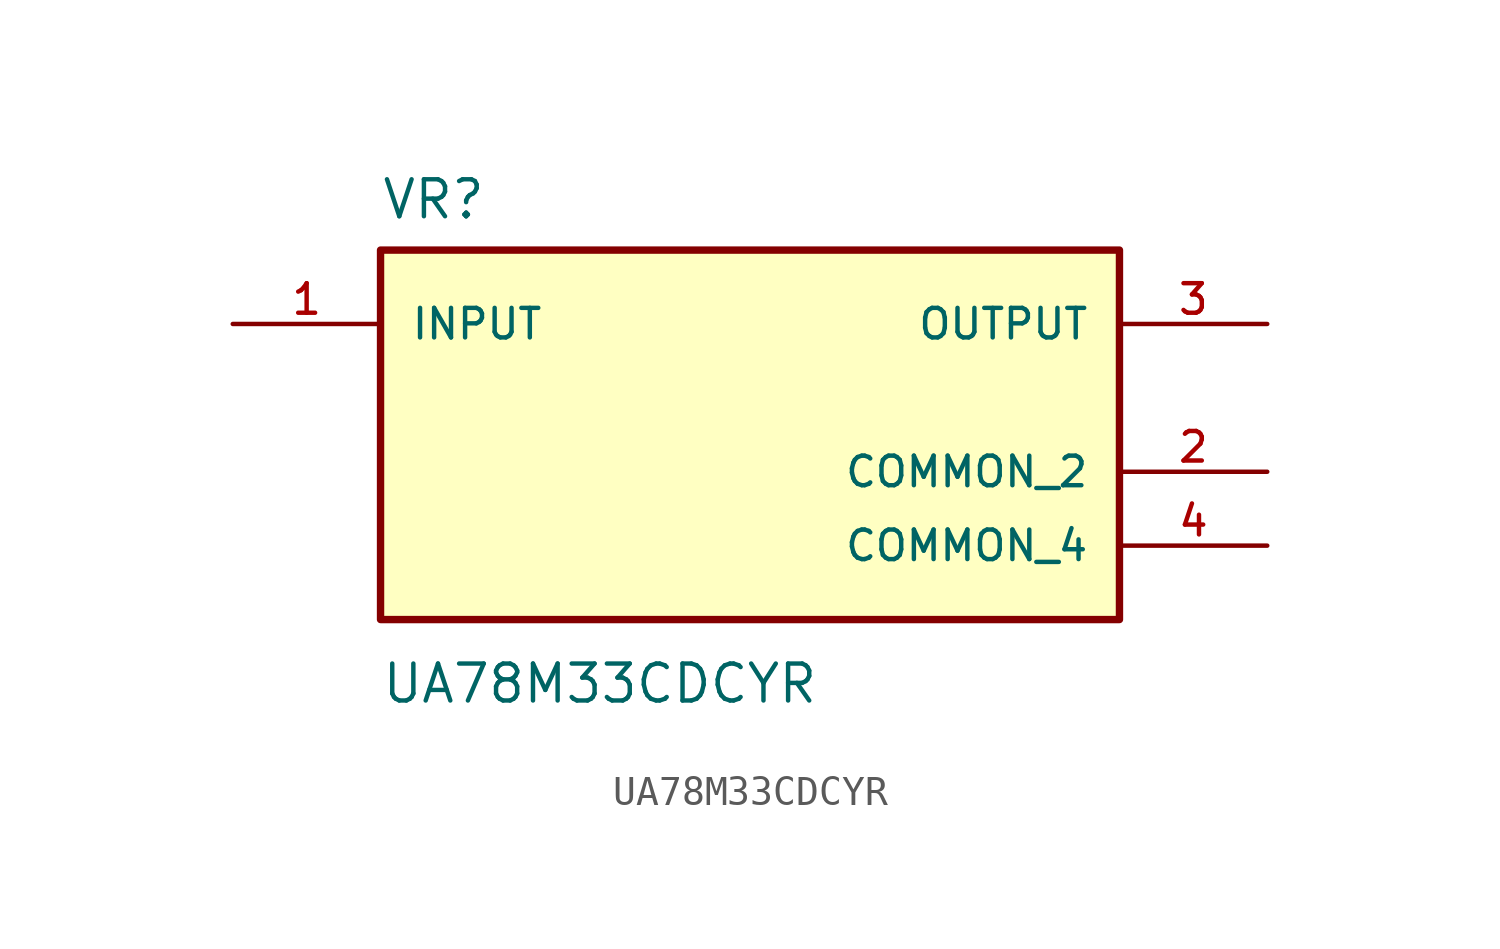
<source format=kicad_sym>
(kicad_symbol_lib
  (version 20211014)
  (generator kicad_symbol_editor)
  (symbol "UA78M33CDCYR"
    (pin_names
      (offset 1.016))
    (property "Reference" "VR"
      (at -12.7 6.08 0.0)
      (effects (font (size 1.27 1.27)) (justify bottom left)))
    (property "Value" "UA78M33CDCYR"
      (at -12.7 -9.08 0.0)
      (effects (font (size 1.27 1.27)) (justify top left)))
    (symbol "UA78M33CDCYR_0_0"
      (rectangle (start -12.7 -7.62) (end 12.7 5.08) (stroke (width 0.254)) (fill (type background)))
      (pin input line (at -17.78 2.54 0) (length 5.08) (name "INPUT" (effects (font (size 1.016 1.016)))) (number "1" (effects (font (size 1.016 1.016)))))
      (pin output line (at 17.78 2.54 180.0) (length 5.08) (name "OUTPUT" (effects (font (size 1.016 1.016)))) (number "3" (effects (font (size 1.016 1.016)))))
      (pin power_in line (at 17.78 -2.54 180.0) (length 5.08) (name "COMMON_2" (effects (font (size 1.016 1.016)))) (number "2" (effects (font (size 1.016 1.016)))))
      (pin power_in line (at 17.78 -5.08 180.0) (length 5.08) (name "COMMON_4" (effects (font (size 1.016 1.016)))) (number "4" (effects (font (size 1.016 1.016))))))))
</source>
